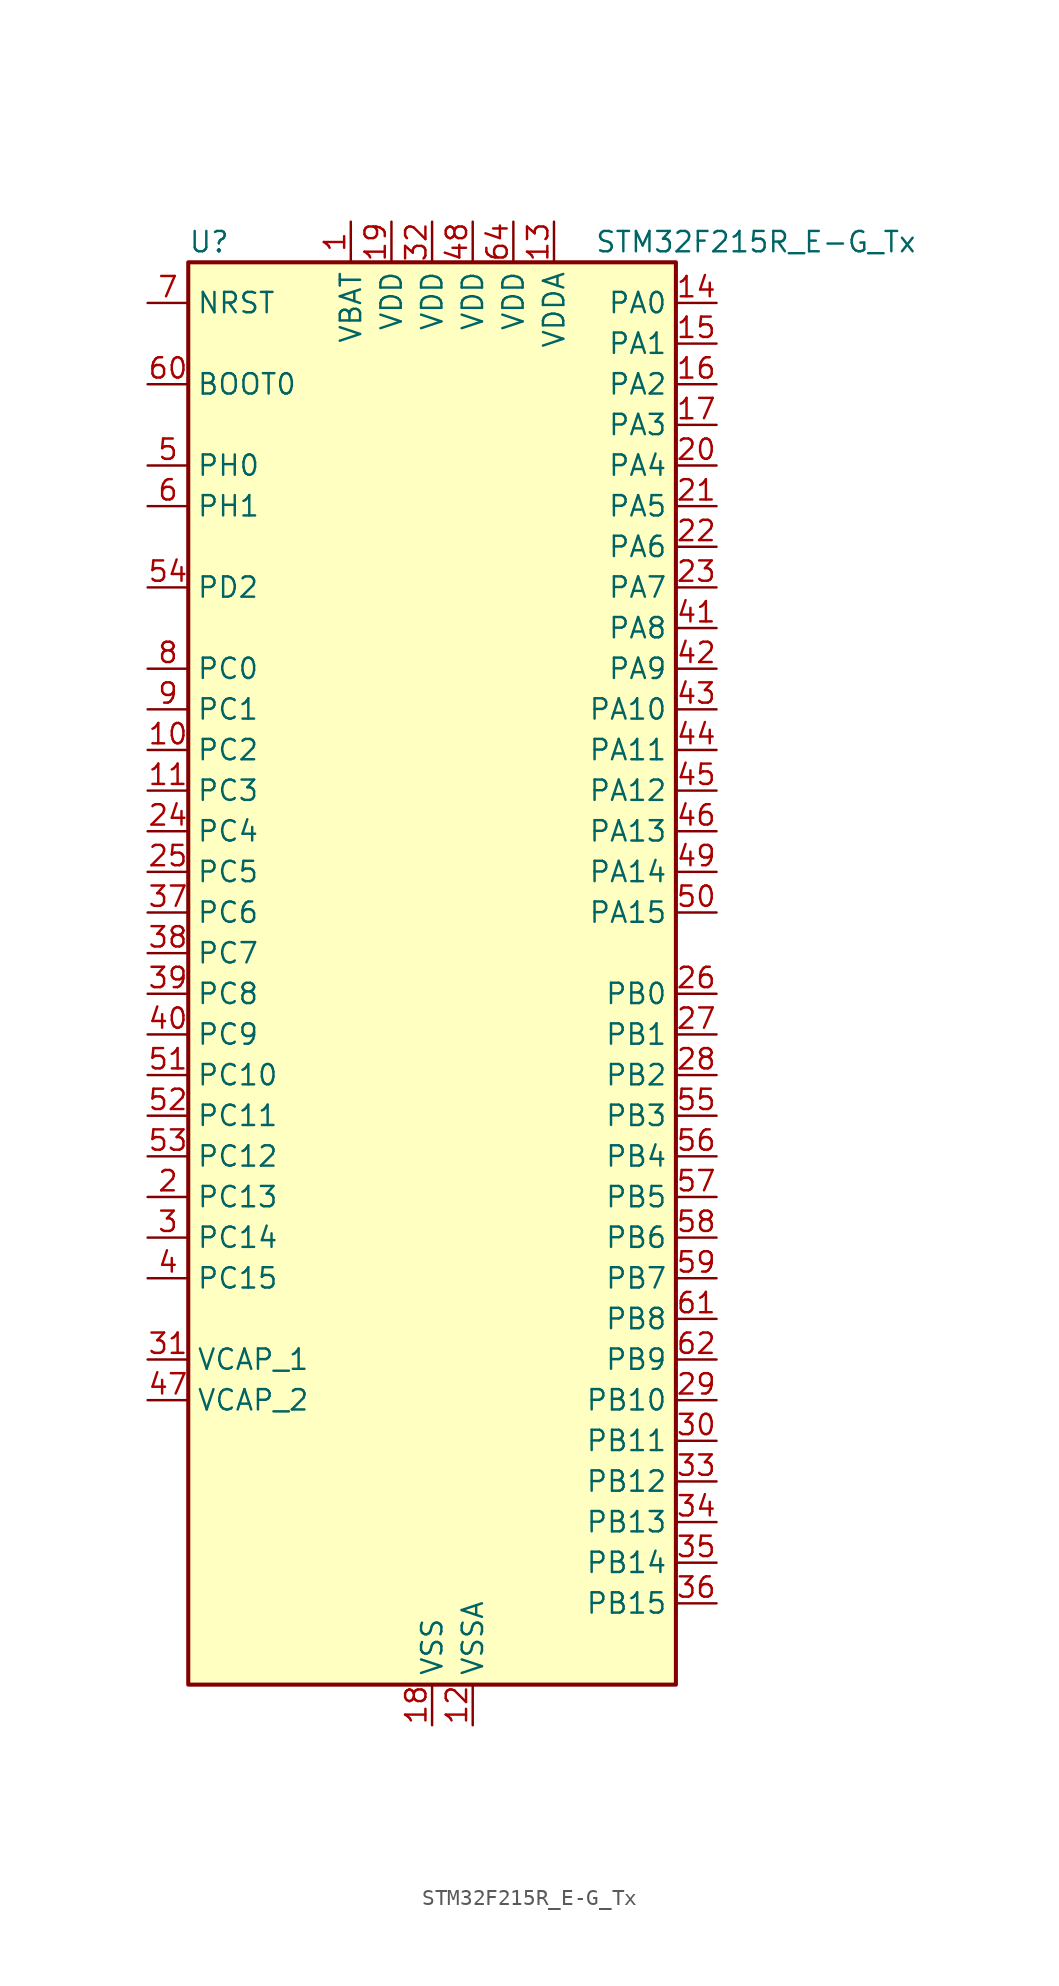
<source format=kicad_sym>
(kicad_symbol_lib
  (version 20231120)
  (generator "kicad_symbol_editor")
  (generator_version "8.0")
  (symbol "STM32F215R_E-G_Tx"
    (property "Reference" "U"
      (at -15.24 46.99 0)
      (effects (font (size 1.27 1.27)) (justify left)))
    (property "Value" "STM32F215R_E-G_Tx"
      (at 10.16 46.99 0)
      (effects (font (size 1.27 1.27)) (justify left)))
    (property "ki_locked" ""
      (at 0 0 0)
      (effects (font (size 1.27 1.27))))
    (symbol "STM32F215R_E-G_Tx_0_1"
      (rectangle (start -15.24 -43.18) (end 15.24 45.72) (stroke (width 0.254) (type default)) (fill (type background))))
    (symbol "STM32F215R_E-G_Tx_1_1"
      (pin power_in line (at -5.08 48.26 270) (length 2.54) (name "VBAT" (effects (font (size 1.27 1.27)))) (number "1" (effects (font (size 1.27 1.27)))))
      (pin bidirectional line (at -17.78 15.24 0) (length 2.54) (name "PC2" (effects (font (size 1.27 1.27)))) (number "10" (effects (font (size 1.27 1.27)))) (alternate "ADC1_IN12" bidirectional line) (alternate "ADC2_IN12" bidirectional line) (alternate "ADC3_IN12" bidirectional line) (alternate "SPI2_MISO" bidirectional line) (alternate "USB_OTG_HS_ULPI_DIR" bidirectional line))
      (pin bidirectional line (at -17.78 12.7 0) (length 2.54) (name "PC3" (effects (font (size 1.27 1.27)))) (number "11" (effects (font (size 1.27 1.27)))) (alternate "ADC1_IN13" bidirectional line) (alternate "ADC2_IN13" bidirectional line) (alternate "ADC3_IN13" bidirectional line) (alternate "I2S2_SD" bidirectional line) (alternate "SPI2_MOSI" bidirectional line) (alternate "USB_OTG_HS_ULPI_NXT" bidirectional line))
      (pin power_in line (at 2.54 -45.72 90) (length 2.54) (name "VSSA" (effects (font (size 1.27 1.27)))) (number "12" (effects (font (size 1.27 1.27)))))
      (pin power_in line (at 7.62 48.26 270) (length 2.54) (name "VDDA" (effects (font (size 1.27 1.27)))) (number "13" (effects (font (size 1.27 1.27)))))
      (pin bidirectional line (at 17.78 43.18 180) (length 2.54) (name "PA0" (effects (font (size 1.27 1.27)))) (number "14" (effects (font (size 1.27 1.27)))) (alternate "ADC1_IN0" bidirectional line) (alternate "ADC2_IN0" bidirectional line) (alternate "ADC3_IN0" bidirectional line) (alternate "SYS_WKUP" bidirectional line) (alternate "TIM2_CH1" bidirectional line) (alternate "TIM2_ETR" bidirectional line) (alternate "TIM5_CH1" bidirectional line) (alternate "TIM8_ETR" bidirectional line) (alternate "UART4_TX" bidirectional line) (alternate "USART2_CTS" bidirectional line))
      (pin bidirectional line (at 17.78 40.64 180) (length 2.54) (name "PA1" (effects (font (size 1.27 1.27)))) (number "15" (effects (font (size 1.27 1.27)))) (alternate "ADC1_IN1" bidirectional line) (alternate "ADC2_IN1" bidirectional line) (alternate "ADC3_IN1" bidirectional line) (alternate "TIM2_CH2" bidirectional line) (alternate "TIM5_CH2" bidirectional line) (alternate "UART4_RX" bidirectional line) (alternate "USART2_RTS" bidirectional line))
      (pin bidirectional line (at 17.78 38.1 180) (length 2.54) (name "PA2" (effects (font (size 1.27 1.27)))) (number "16" (effects (font (size 1.27 1.27)))) (alternate "ADC1_IN2" bidirectional line) (alternate "ADC2_IN2" bidirectional line) (alternate "ADC3_IN2" bidirectional line) (alternate "TIM2_CH3" bidirectional line) (alternate "TIM5_CH3" bidirectional line) (alternate "TIM9_CH1" bidirectional line) (alternate "USART2_TX" bidirectional line))
      (pin bidirectional line (at 17.78 35.56 180) (length 2.54) (name "PA3" (effects (font (size 1.27 1.27)))) (number "17" (effects (font (size 1.27 1.27)))) (alternate "ADC1_IN3" bidirectional line) (alternate "ADC2_IN3" bidirectional line) (alternate "ADC3_IN3" bidirectional line) (alternate "TIM2_CH4" bidirectional line) (alternate "TIM5_CH4" bidirectional line) (alternate "TIM9_CH2" bidirectional line) (alternate "USART2_RX" bidirectional line) (alternate "USB_OTG_HS_ULPI_D0" bidirectional line))
      (pin power_in line (at 0 -45.72 90) (length 2.54) (name "VSS" (effects (font (size 1.27 1.27)))) (number "18" (effects (font (size 1.27 1.27)))))
      (pin power_in line (at -2.54 48.26 270) (length 2.54) (name "VDD" (effects (font (size 1.27 1.27)))) (number "19" (effects (font (size 1.27 1.27)))))
      (pin bidirectional line (at -17.78 -12.7 0) (length 2.54) (name "PC13" (effects (font (size 1.27 1.27)))) (number "2" (effects (font (size 1.27 1.27)))) (alternate "RTC_AF1" bidirectional line))
      (pin bidirectional line (at 17.78 33.02 180) (length 2.54) (name "PA4" (effects (font (size 1.27 1.27)))) (number "20" (effects (font (size 1.27 1.27)))) (alternate "ADC1_IN4" bidirectional line) (alternate "ADC2_IN4" bidirectional line) (alternate "DAC_OUT1" bidirectional line) (alternate "I2S3_WS" bidirectional line) (alternate "SPI1_NSS" bidirectional line) (alternate "SPI3_NSS" bidirectional line) (alternate "USART2_CK" bidirectional line) (alternate "USB_OTG_HS_SOF" bidirectional line))
      (pin bidirectional line (at 17.78 30.48 180) (length 2.54) (name "PA5" (effects (font (size 1.27 1.27)))) (number "21" (effects (font (size 1.27 1.27)))) (alternate "ADC1_IN5" bidirectional line) (alternate "ADC2_IN5" bidirectional line) (alternate "DAC_OUT2" bidirectional line) (alternate "SPI1_SCK" bidirectional line) (alternate "TIM2_CH1" bidirectional line) (alternate "TIM2_ETR" bidirectional line) (alternate "TIM8_CH1N" bidirectional line) (alternate "USB_OTG_HS_ULPI_CK" bidirectional line))
      (pin bidirectional line (at 17.78 27.94 180) (length 2.54) (name "PA6" (effects (font (size 1.27 1.27)))) (number "22" (effects (font (size 1.27 1.27)))) (alternate "ADC1_IN6" bidirectional line) (alternate "ADC2_IN6" bidirectional line) (alternate "SPI1_MISO" bidirectional line) (alternate "TIM13_CH1" bidirectional line) (alternate "TIM1_BKIN" bidirectional line) (alternate "TIM3_CH1" bidirectional line) (alternate "TIM8_BKIN" bidirectional line))
      (pin bidirectional line (at 17.78 25.4 180) (length 2.54) (name "PA7" (effects (font (size 1.27 1.27)))) (number "23" (effects (font (size 1.27 1.27)))) (alternate "ADC1_IN7" bidirectional line) (alternate "ADC2_IN7" bidirectional line) (alternate "SPI1_MOSI" bidirectional line) (alternate "TIM14_CH1" bidirectional line) (alternate "TIM1_CH1N" bidirectional line) (alternate "TIM3_CH2" bidirectional line) (alternate "TIM8_CH1N" bidirectional line))
      (pin bidirectional line (at -17.78 10.16 0) (length 2.54) (name "PC4" (effects (font (size 1.27 1.27)))) (number "24" (effects (font (size 1.27 1.27)))) (alternate "ADC1_IN14" bidirectional line) (alternate "ADC2_IN14" bidirectional line))
      (pin bidirectional line (at -17.78 7.62 0) (length 2.54) (name "PC5" (effects (font (size 1.27 1.27)))) (number "25" (effects (font (size 1.27 1.27)))) (alternate "ADC1_IN15" bidirectional line) (alternate "ADC2_IN15" bidirectional line))
      (pin bidirectional line (at 17.78 0 180) (length 2.54) (name "PB0" (effects (font (size 1.27 1.27)))) (number "26" (effects (font (size 1.27 1.27)))) (alternate "ADC1_IN8" bidirectional line) (alternate "ADC2_IN8" bidirectional line) (alternate "TIM1_CH2N" bidirectional line) (alternate "TIM3_CH3" bidirectional line) (alternate "TIM8_CH2N" bidirectional line) (alternate "USB_OTG_HS_ULPI_D1" bidirectional line))
      (pin bidirectional line (at 17.78 -2.54 180) (length 2.54) (name "PB1" (effects (font (size 1.27 1.27)))) (number "27" (effects (font (size 1.27 1.27)))) (alternate "ADC1_IN9" bidirectional line) (alternate "ADC2_IN9" bidirectional line) (alternate "TIM1_CH3N" bidirectional line) (alternate "TIM3_CH4" bidirectional line) (alternate "TIM8_CH3N" bidirectional line) (alternate "USB_OTG_HS_ULPI_D2" bidirectional line))
      (pin bidirectional line (at 17.78 -5.08 180) (length 2.54) (name "PB2" (effects (font (size 1.27 1.27)))) (number "28" (effects (font (size 1.27 1.27)))))
      (pin bidirectional line (at 17.78 -25.4 180) (length 2.54) (name "PB10" (effects (font (size 1.27 1.27)))) (number "29" (effects (font (size 1.27 1.27)))) (alternate "I2C2_SCL" bidirectional line) (alternate "I2S2_SCK" bidirectional line) (alternate "SPI2_SCK" bidirectional line) (alternate "TIM2_CH3" bidirectional line) (alternate "USART3_TX" bidirectional line) (alternate "USB_OTG_HS_ULPI_D3" bidirectional line))
      (pin bidirectional line (at -17.78 -15.24 0) (length 2.54) (name "PC14" (effects (font (size 1.27 1.27)))) (number "3" (effects (font (size 1.27 1.27)))) (alternate "RCC_OSC32_IN" bidirectional line))
      (pin bidirectional line (at 17.78 -27.94 180) (length 2.54) (name "PB11" (effects (font (size 1.27 1.27)))) (number "30" (effects (font (size 1.27 1.27)))) (alternate "ADC1_EXTI11" bidirectional line) (alternate "ADC2_EXTI11" bidirectional line) (alternate "ADC3_EXTI11" bidirectional line) (alternate "I2C2_SDA" bidirectional line) (alternate "TIM2_CH4" bidirectional line) (alternate "USART3_RX" bidirectional line) (alternate "USB_OTG_HS_ULPI_D4" bidirectional line))
      (pin power_out line (at -17.78 -22.86 0) (length 2.54) (name "VCAP_1" (effects (font (size 1.27 1.27)))) (number "31" (effects (font (size 1.27 1.27)))))
      (pin power_in line (at 0 48.26 270) (length 2.54) (name "VDD" (effects (font (size 1.27 1.27)))) (number "32" (effects (font (size 1.27 1.27)))))
      (pin bidirectional line (at 17.78 -30.48 180) (length 2.54) (name "PB12" (effects (font (size 1.27 1.27)))) (number "33" (effects (font (size 1.27 1.27)))) (alternate "CAN2_RX" bidirectional line) (alternate "I2C2_SMBA" bidirectional line) (alternate "I2S2_WS" bidirectional line) (alternate "SPI2_NSS" bidirectional line) (alternate "TIM1_BKIN" bidirectional line) (alternate "USART3_CK" bidirectional line) (alternate "USB_OTG_HS_ID" bidirectional line) (alternate "USB_OTG_HS_ULPI_D5" bidirectional line))
      (pin bidirectional line (at 17.78 -33.02 180) (length 2.54) (name "PB13" (effects (font (size 1.27 1.27)))) (number "34" (effects (font (size 1.27 1.27)))) (alternate "CAN2_TX" bidirectional line) (alternate "I2S2_SCK" bidirectional line) (alternate "SPI2_SCK" bidirectional line) (alternate "TIM1_CH1N" bidirectional line) (alternate "USART3_CTS" bidirectional line) (alternate "USB_OTG_HS_ULPI_D6" bidirectional line) (alternate "USB_OTG_HS_VBUS" bidirectional line))
      (pin bidirectional line (at 17.78 -35.56 180) (length 2.54) (name "PB14" (effects (font (size 1.27 1.27)))) (number "35" (effects (font (size 1.27 1.27)))) (alternate "SPI2_MISO" bidirectional line) (alternate "TIM12_CH1" bidirectional line) (alternate "TIM1_CH2N" bidirectional line) (alternate "TIM8_CH2N" bidirectional line) (alternate "USART3_RTS" bidirectional line) (alternate "USB_OTG_HS_DM" bidirectional line))
      (pin bidirectional line (at 17.78 -38.1 180) (length 2.54) (name "PB15" (effects (font (size 1.27 1.27)))) (number "36" (effects (font (size 1.27 1.27)))) (alternate "ADC1_EXTI15" bidirectional line) (alternate "ADC2_EXTI15" bidirectional line) (alternate "ADC3_EXTI15" bidirectional line) (alternate "I2S2_SD" bidirectional line) (alternate "RTC_REFIN" bidirectional line) (alternate "SPI2_MOSI" bidirectional line) (alternate "TIM12_CH2" bidirectional line) (alternate "TIM1_CH3N" bidirectional line) (alternate "TIM8_CH3N" bidirectional line) (alternate "USB_OTG_HS_DP" bidirectional line))
      (pin bidirectional line (at -17.78 5.08 0) (length 2.54) (name "PC6" (effects (font (size 1.27 1.27)))) (number "37" (effects (font (size 1.27 1.27)))) (alternate "I2S2_MCK" bidirectional line) (alternate "SDIO_D6" bidirectional line) (alternate "TIM3_CH1" bidirectional line) (alternate "TIM8_CH1" bidirectional line) (alternate "USART6_TX" bidirectional line))
      (pin bidirectional line (at -17.78 2.54 0) (length 2.54) (name "PC7" (effects (font (size 1.27 1.27)))) (number "38" (effects (font (size 1.27 1.27)))) (alternate "I2S3_MCK" bidirectional line) (alternate "SDIO_D7" bidirectional line) (alternate "TIM3_CH2" bidirectional line) (alternate "TIM8_CH2" bidirectional line) (alternate "USART6_RX" bidirectional line))
      (pin bidirectional line (at -17.78 0 0) (length 2.54) (name "PC8" (effects (font (size 1.27 1.27)))) (number "39" (effects (font (size 1.27 1.27)))) (alternate "SDIO_D0" bidirectional line) (alternate "TIM3_CH3" bidirectional line) (alternate "TIM8_CH3" bidirectional line) (alternate "USART6_CK" bidirectional line))
      (pin bidirectional line (at -17.78 -17.78 0) (length 2.54) (name "PC15" (effects (font (size 1.27 1.27)))) (number "4" (effects (font (size 1.27 1.27)))) (alternate "ADC1_EXTI15" bidirectional line) (alternate "ADC2_EXTI15" bidirectional line) (alternate "ADC3_EXTI15" bidirectional line) (alternate "RCC_OSC32_OUT" bidirectional line))
      (pin bidirectional line (at -17.78 -2.54 0) (length 2.54) (name "PC9" (effects (font (size 1.27 1.27)))) (number "40" (effects (font (size 1.27 1.27)))) (alternate "DAC_EXTI9" bidirectional line) (alternate "I2C3_SDA" bidirectional line) (alternate "I2S_CKIN" bidirectional line) (alternate "RCC_MCO_2" bidirectional line) (alternate "SDIO_D1" bidirectional line) (alternate "TIM3_CH4" bidirectional line) (alternate "TIM8_CH4" bidirectional line))
      (pin bidirectional line (at 17.78 22.86 180) (length 2.54) (name "PA8" (effects (font (size 1.27 1.27)))) (number "41" (effects (font (size 1.27 1.27)))) (alternate "I2C3_SCL" bidirectional line) (alternate "RCC_MCO_1" bidirectional line) (alternate "TIM1_CH1" bidirectional line) (alternate "USART1_CK" bidirectional line) (alternate "USB_OTG_FS_SOF" bidirectional line))
      (pin bidirectional line (at 17.78 20.32 180) (length 2.54) (name "PA9" (effects (font (size 1.27 1.27)))) (number "42" (effects (font (size 1.27 1.27)))) (alternate "DAC_EXTI9" bidirectional line) (alternate "I2C3_SMBA" bidirectional line) (alternate "TIM1_CH2" bidirectional line) (alternate "USART1_TX" bidirectional line) (alternate "USB_OTG_FS_VBUS" bidirectional line))
      (pin bidirectional line (at 17.78 17.78 180) (length 2.54) (name "PA10" (effects (font (size 1.27 1.27)))) (number "43" (effects (font (size 1.27 1.27)))) (alternate "TIM1_CH3" bidirectional line) (alternate "USART1_RX" bidirectional line) (alternate "USB_OTG_FS_ID" bidirectional line))
      (pin bidirectional line (at 17.78 15.24 180) (length 2.54) (name "PA11" (effects (font (size 1.27 1.27)))) (number "44" (effects (font (size 1.27 1.27)))) (alternate "ADC1_EXTI11" bidirectional line) (alternate "ADC2_EXTI11" bidirectional line) (alternate "ADC3_EXTI11" bidirectional line) (alternate "CAN1_RX" bidirectional line) (alternate "TIM1_CH4" bidirectional line) (alternate "USART1_CTS" bidirectional line) (alternate "USB_OTG_FS_DM" bidirectional line))
      (pin bidirectional line (at 17.78 12.7 180) (length 2.54) (name "PA12" (effects (font (size 1.27 1.27)))) (number "45" (effects (font (size 1.27 1.27)))) (alternate "CAN1_TX" bidirectional line) (alternate "TIM1_ETR" bidirectional line) (alternate "USART1_RTS" bidirectional line) (alternate "USB_OTG_FS_DP" bidirectional line))
      (pin bidirectional line (at 17.78 10.16 180) (length 2.54) (name "PA13" (effects (font (size 1.27 1.27)))) (number "46" (effects (font (size 1.27 1.27)))) (alternate "SYS_JTMS-SWDIO" bidirectional line))
      (pin power_out line (at -17.78 -25.4 0) (length 2.54) (name "VCAP_2" (effects (font (size 1.27 1.27)))) (number "47" (effects (font (size 1.27 1.27)))))
      (pin power_in line (at 2.54 48.26 270) (length 2.54) (name "VDD" (effects (font (size 1.27 1.27)))) (number "48" (effects (font (size 1.27 1.27)))))
      (pin bidirectional line (at 17.78 7.62 180) (length 2.54) (name "PA14" (effects (font (size 1.27 1.27)))) (number "49" (effects (font (size 1.27 1.27)))) (alternate "SYS_JTCK-SWCLK" bidirectional line))
      (pin bidirectional line (at -17.78 33.02 0) (length 2.54) (name "PH0" (effects (font (size 1.27 1.27)))) (number "5" (effects (font (size 1.27 1.27)))) (alternate "RCC_OSC_IN" bidirectional line))
      (pin bidirectional line (at 17.78 5.08 180) (length 2.54) (name "PA15" (effects (font (size 1.27 1.27)))) (number "50" (effects (font (size 1.27 1.27)))) (alternate "ADC1_EXTI15" bidirectional line) (alternate "ADC2_EXTI15" bidirectional line) (alternate "ADC3_EXTI15" bidirectional line) (alternate "I2S3_WS" bidirectional line) (alternate "SPI1_NSS" bidirectional line) (alternate "SPI3_NSS" bidirectional line) (alternate "SYS_JTDI" bidirectional line) (alternate "TIM2_CH1" bidirectional line) (alternate "TIM2_ETR" bidirectional line))
      (pin bidirectional line (at -17.78 -5.08 0) (length 2.54) (name "PC10" (effects (font (size 1.27 1.27)))) (number "51" (effects (font (size 1.27 1.27)))) (alternate "I2S3_SCK" bidirectional line) (alternate "SDIO_D2" bidirectional line) (alternate "SPI3_SCK" bidirectional line) (alternate "UART4_TX" bidirectional line) (alternate "USART3_TX" bidirectional line))
      (pin bidirectional line (at -17.78 -7.62 0) (length 2.54) (name "PC11" (effects (font (size 1.27 1.27)))) (number "52" (effects (font (size 1.27 1.27)))) (alternate "ADC1_EXTI11" bidirectional line) (alternate "ADC2_EXTI11" bidirectional line) (alternate "ADC3_EXTI11" bidirectional line) (alternate "SDIO_D3" bidirectional line) (alternate "SPI3_MISO" bidirectional line) (alternate "UART4_RX" bidirectional line) (alternate "USART3_RX" bidirectional line))
      (pin bidirectional line (at -17.78 -10.16 0) (length 2.54) (name "PC12" (effects (font (size 1.27 1.27)))) (number "53" (effects (font (size 1.27 1.27)))) (alternate "I2S3_SD" bidirectional line) (alternate "SDIO_CK" bidirectional line) (alternate "SPI3_MOSI" bidirectional line) (alternate "UART5_TX" bidirectional line) (alternate "USART3_CK" bidirectional line))
      (pin bidirectional line (at -17.78 25.4 0) (length 2.54) (name "PD2" (effects (font (size 1.27 1.27)))) (number "54" (effects (font (size 1.27 1.27)))) (alternate "SDIO_CMD" bidirectional line) (alternate "TIM3_ETR" bidirectional line) (alternate "UART5_RX" bidirectional line))
      (pin bidirectional line (at 17.78 -7.62 180) (length 2.54) (name "PB3" (effects (font (size 1.27 1.27)))) (number "55" (effects (font (size 1.27 1.27)))) (alternate "I2S3_SCK" bidirectional line) (alternate "SPI1_SCK" bidirectional line) (alternate "SPI3_SCK" bidirectional line) (alternate "SYS_JTDO-SWO" bidirectional line) (alternate "TIM2_CH2" bidirectional line))
      (pin bidirectional line (at 17.78 -10.16 180) (length 2.54) (name "PB4" (effects (font (size 1.27 1.27)))) (number "56" (effects (font (size 1.27 1.27)))) (alternate "SPI1_MISO" bidirectional line) (alternate "SPI3_MISO" bidirectional line) (alternate "SYS_JTRST" bidirectional line) (alternate "TIM3_CH1" bidirectional line))
      (pin bidirectional line (at 17.78 -12.7 180) (length 2.54) (name "PB5" (effects (font (size 1.27 1.27)))) (number "57" (effects (font (size 1.27 1.27)))) (alternate "CAN2_RX" bidirectional line) (alternate "I2C1_SMBA" bidirectional line) (alternate "I2S3_SD" bidirectional line) (alternate "SPI1_MOSI" bidirectional line) (alternate "SPI3_MOSI" bidirectional line) (alternate "TIM3_CH2" bidirectional line) (alternate "USB_OTG_HS_ULPI_D7" bidirectional line))
      (pin bidirectional line (at 17.78 -15.24 180) (length 2.54) (name "PB6" (effects (font (size 1.27 1.27)))) (number "58" (effects (font (size 1.27 1.27)))) (alternate "CAN2_TX" bidirectional line) (alternate "I2C1_SCL" bidirectional line) (alternate "TIM4_CH1" bidirectional line) (alternate "USART1_TX" bidirectional line))
      (pin bidirectional line (at 17.78 -17.78 180) (length 2.54) (name "PB7" (effects (font (size 1.27 1.27)))) (number "59" (effects (font (size 1.27 1.27)))) (alternate "I2C1_SDA" bidirectional line) (alternate "TIM4_CH2" bidirectional line) (alternate "USART1_RX" bidirectional line))
      (pin bidirectional line (at -17.78 30.48 0) (length 2.54) (name "PH1" (effects (font (size 1.27 1.27)))) (number "6" (effects (font (size 1.27 1.27)))) (alternate "RCC_OSC_OUT" bidirectional line))
      (pin input line (at -17.78 38.1 0) (length 2.54) (name "BOOT0" (effects (font (size 1.27 1.27)))) (number "60" (effects (font (size 1.27 1.27)))))
      (pin bidirectional line (at 17.78 -20.32 180) (length 2.54) (name "PB8" (effects (font (size 1.27 1.27)))) (number "61" (effects (font (size 1.27 1.27)))) (alternate "CAN1_RX" bidirectional line) (alternate "I2C1_SCL" bidirectional line) (alternate "SDIO_D4" bidirectional line) (alternate "TIM10_CH1" bidirectional line) (alternate "TIM4_CH3" bidirectional line))
      (pin bidirectional line (at 17.78 -22.86 180) (length 2.54) (name "PB9" (effects (font (size 1.27 1.27)))) (number "62" (effects (font (size 1.27 1.27)))) (alternate "CAN1_TX" bidirectional line) (alternate "DAC_EXTI9" bidirectional line) (alternate "I2C1_SDA" bidirectional line) (alternate "I2S2_WS" bidirectional line) (alternate "SDIO_D5" bidirectional line) (alternate "SPI2_NSS" bidirectional line) (alternate "TIM11_CH1" bidirectional line) (alternate "TIM4_CH4" bidirectional line))
      (pin passive line (at 0 -45.72 90) (length 2.54) hide (name "VSS" (effects (font (size 1.27 1.27)))) (number "63" (effects (font (size 1.27 1.27)))))
      (pin power_in line (at 5.08 48.26 270) (length 2.54) (name "VDD" (effects (font (size 1.27 1.27)))) (number "64" (effects (font (size 1.27 1.27)))))
      (pin input line (at -17.78 43.18 0) (length 2.54) (name "NRST" (effects (font (size 1.27 1.27)))) (number "7" (effects (font (size 1.27 1.27)))))
      (pin bidirectional line (at -17.78 20.32 0) (length 2.54) (name "PC0" (effects (font (size 1.27 1.27)))) (number "8" (effects (font (size 1.27 1.27)))) (alternate "ADC1_IN10" bidirectional line) (alternate "ADC2_IN10" bidirectional line) (alternate "ADC3_IN10" bidirectional line) (alternate "USB_OTG_HS_ULPI_STP" bidirectional line))
      (pin bidirectional line (at -17.78 17.78 0) (length 2.54) (name "PC1" (effects (font (size 1.27 1.27)))) (number "9" (effects (font (size 1.27 1.27)))) (alternate "ADC1_IN11" bidirectional line) (alternate "ADC2_IN11" bidirectional line) (alternate "ADC3_IN11" bidirectional line)))))
</source>
